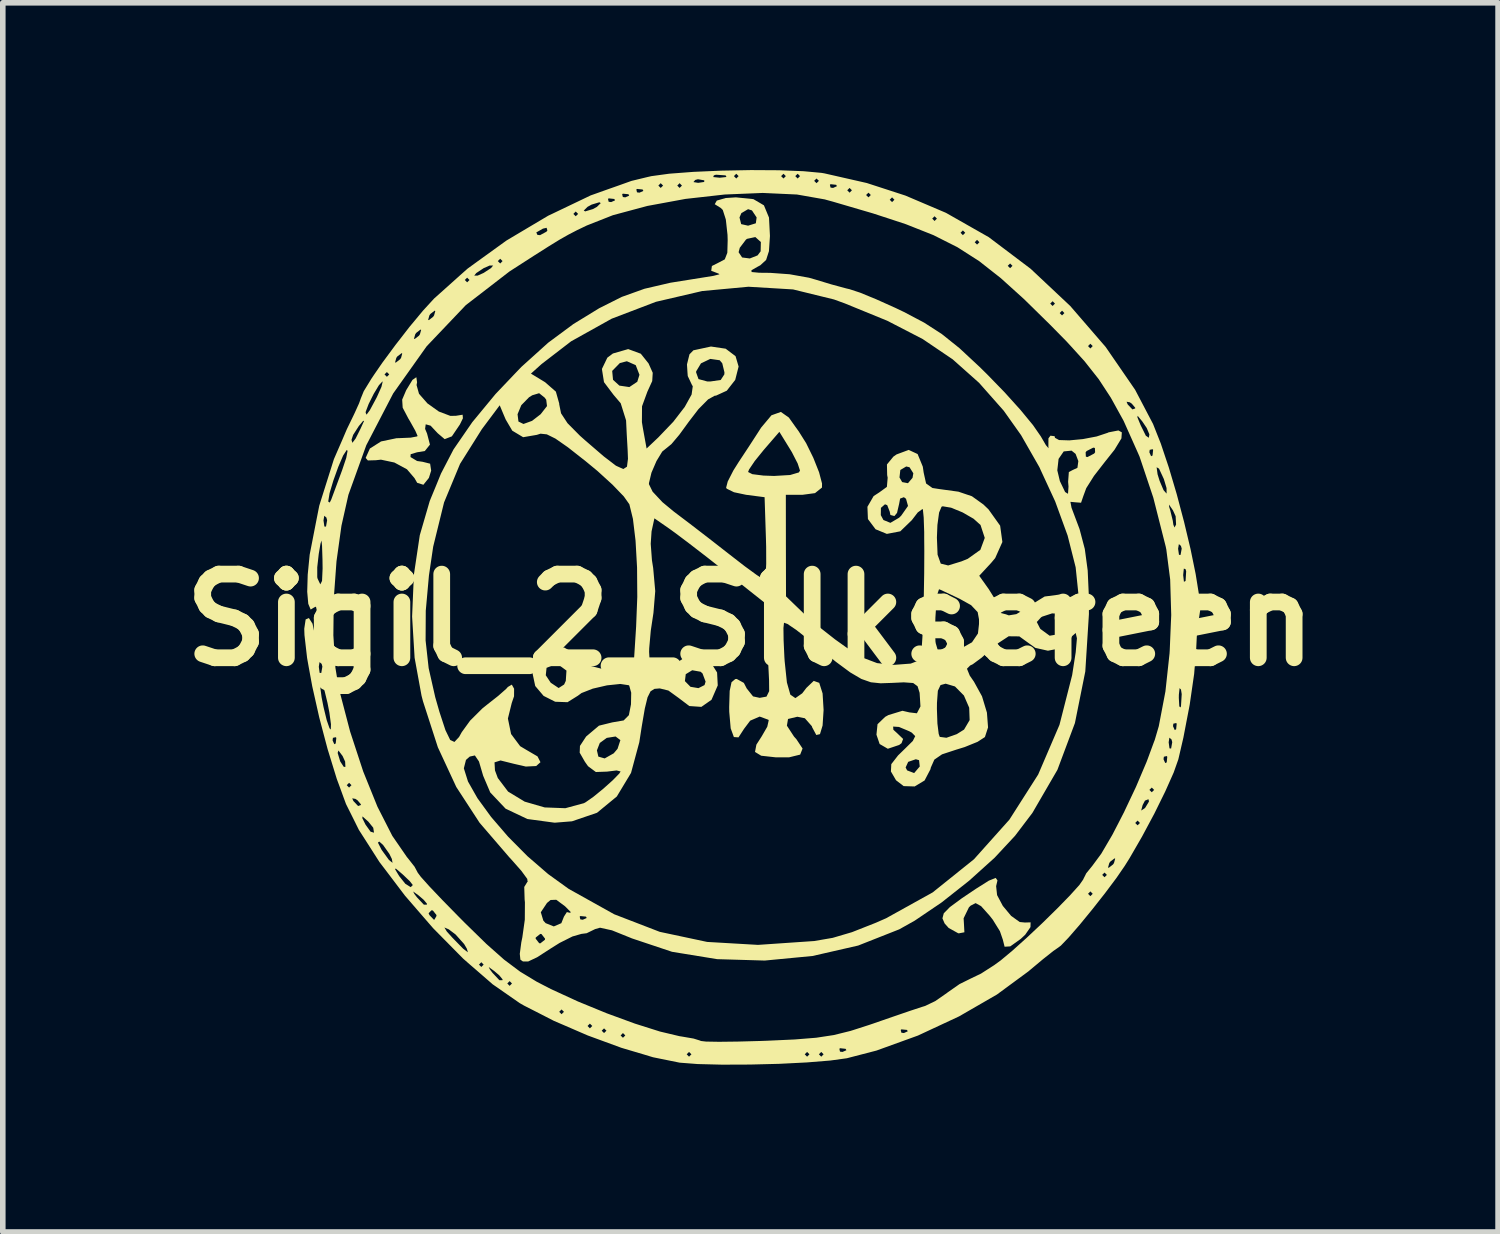
<source format=kicad_pcb>
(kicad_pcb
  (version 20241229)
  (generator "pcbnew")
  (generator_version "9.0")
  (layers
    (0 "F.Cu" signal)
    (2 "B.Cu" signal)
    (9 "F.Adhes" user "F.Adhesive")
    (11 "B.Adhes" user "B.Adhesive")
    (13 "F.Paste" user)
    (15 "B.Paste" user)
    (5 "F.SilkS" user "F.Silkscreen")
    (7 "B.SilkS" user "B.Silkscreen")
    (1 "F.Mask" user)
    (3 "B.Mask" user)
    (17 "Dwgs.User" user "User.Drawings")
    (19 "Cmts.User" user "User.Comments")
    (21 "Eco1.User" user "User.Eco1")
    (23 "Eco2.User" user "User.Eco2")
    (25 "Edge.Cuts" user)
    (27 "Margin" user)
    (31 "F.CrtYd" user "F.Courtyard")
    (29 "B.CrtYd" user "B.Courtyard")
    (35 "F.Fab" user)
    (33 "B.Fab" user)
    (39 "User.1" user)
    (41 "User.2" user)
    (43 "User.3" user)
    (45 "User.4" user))
  (footprint "Sigil_2_Silkscreen"
    (layer "F.Cu")
    (at 10.407 8.067)
    (property "Reference" "Sigil_2_Silkscreen" (at 0 0 0) (layer "F.SilkS") (effects (font (size 1.5 1.5) (thickness 0.3))))
    (attr board_only exclude_from_pos_files exclude_from_bom)
    (fp_poly (pts (xy 4.43 4.671) (xy 4.406 4.774) (xy 4.423 4.934) (xy 4.526 5.128) (xy 4.675 5.307) (xy 4.829 5.417) (xy 4.922 5.426) (xy 5.024 5.423) (xy 5.022 5.508) (xy 4.928 5.644) (xy 4.847 5.72) (xy 4.659 5.854) (xy 4.558 5.86) (xy 4.527 5.737) (xy 4.527 5.736) (xy 4.474 5.582) (xy 4.345 5.374) (xy 4.289 5.303) (xy 4.136 5.132) (xy 4.038 5.078) (xy 3.95 5.123) (xy 3.918 5.154) (xy 3.823 5.35) (xy 3.83 5.468) (xy 3.837 5.601) (xy 3.738 5.62) (xy 3.725 5.618) (xy 3.555 5.524) (xy 3.482 5.442) (xy 3.443 5.351) (xy 3.467 5.261) (xy 3.576 5.15) (xy 3.79 4.992) (xy 4.041 4.823) (xy 4.276 4.675) (xy 4.398 4.626)) (stroke (width 0) (type solid)) (fill yes) (layer "F.SilkS"))
    (fp_poly (pts (xy -5.978 -4.262) (xy -5.987 -4.212) (xy -5.943 -4.055) (xy -5.792 -3.883) (xy -5.587 -3.737) (xy -5.381 -3.659) (xy -5.281 -3.661) (xy -5.161 -3.68) (xy -5.156 -3.616) (xy -5.21 -3.505) (xy -5.354 -3.292) (xy -5.483 -3.242) (xy -5.609 -3.349) (xy -5.61 -3.35) (xy -5.736 -3.484) (xy -5.823 -3.508) (xy -5.834 -3.426) (xy -5.799 -3.343) (xy -5.747 -3.144) (xy -5.839 -3.029) (xy -5.979 -3.006) (xy -6.093 -2.972) (xy -6.096 -2.921) (xy -5.977 -2.85) (xy -5.879 -2.836) (xy -5.744 -2.802) (xy -5.725 -2.678) (xy -5.766 -2.547) (xy -5.865 -2.424) (xy -5.976 -2.459) (xy -6.024 -2.543) (xy -6.159 -2.701) (xy -6.385 -2.823) (xy -6.625 -2.874) (xy -6.718 -2.864) (xy -6.86 -2.86) (xy -6.9 -2.905) (xy -6.824 -3.074) (xy -6.624 -3.201) (xy -6.346 -3.259) (xy -6.302 -3.26) (xy -6.092 -3.269) (xy -5.977 -3.291) (xy -5.969 -3.3) (xy -6.009 -3.392) (xy -6.107 -3.567) (xy -6.133 -3.61) (xy -6.236 -3.806) (xy -6.245 -3.951) (xy -6.173 -4.12) (xy -6.061 -4.304) (xy -5.991 -4.353)) (stroke (width 0) (type solid)) (fill yes) (layer "F.SilkS"))
    (fp_poly (pts (xy 0.512 -8.064) (xy 0.95 -8.047) (xy 1.274 -8.017) (xy 1.327 -8.008) (xy 2.087 -7.835) (xy 2.779 -7.61) (xy 3.498 -7.304) (xy 3.514 -7.296) (xy 4.274 -6.864) (xy 5.025 -6.297) (xy 5.735 -5.63) (xy 6.37 -4.895) (xy 6.898 -4.128) (xy 7.22 -3.514) (xy 7.359 -3.163) (xy 7.503 -2.733) (xy 7.645 -2.254) (xy 7.777 -1.755) (xy 7.893 -1.268) (xy 7.984 -0.823) (xy 8.044 -0.45) (xy 8.066 -0.179) (xy 8.046 -0.046) (xy 8.025 0.063) (xy 8.005 0.287) (xy 7.994 0.513) (xy 7.957 0.968) (xy 7.877 1.521) (xy 7.764 2.11) (xy 7.674 2.498) (xy 7.59 2.736) (xy 7.439 3.075) (xy 7.243 3.473) (xy 7.022 3.886) (xy 6.799 4.272) (xy 6.712 4.411) (xy 6.562 4.629) (xy 6.359 4.9) (xy 6.13 5.191) (xy 5.904 5.467) (xy 5.707 5.694) (xy 5.568 5.839) (xy 5.526 5.871) (xy 5.431 5.937) (xy 5.247 6.083) (xy 5.011 6.28) (xy 4.985 6.302) (xy 4.421 6.717) (xy 3.742 7.109) (xy 3.004 7.453) (xy 2.261 7.722) (xy 1.729 7.86) (xy 1.431 7.901) (xy 1.011 7.935) (xy 0.517 7.96) (xy -0.006 7.973) (xy -0.509 7.975) (xy -0.946 7.964) (xy -1.27 7.939) (xy -1.27 7.939) (xy -1.747 7.842) (xy -1.922 7.789) (xy -1.143 7.789) (xy -1.101 7.832) (xy -1.058 7.789) (xy 0.974 7.789) (xy 1.016 7.832) (xy 1.058 7.789) (xy 1.228 7.789) (xy 1.27 7.832) (xy 1.312 7.789) (xy 1.27 7.747) (xy 1.228 7.789) (xy 1.058 7.789) (xy 1.016 7.747) (xy 0.974 7.789) (xy -1.058 7.789) (xy -1.101 7.747) (xy -1.143 7.789) (xy -1.922 7.789) (xy -2.253 7.691) (xy 1.595 7.691) (xy 1.606 7.741) (xy 1.651 7.747) (xy 1.721 7.716) (xy 1.707 7.691) (xy 1.607 7.68) (xy 1.595 7.691) (xy -2.253 7.691) (xy -2.316 7.672) (xy -2.918 7.451) (xy -2.328 7.451) (xy -2.286 7.493) (xy -2.244 7.451) (xy -2.286 7.408) (xy -2.328 7.451) (xy -2.918 7.451) (xy -2.925 7.448) (xy -3.115 7.366) (xy -2.667 7.366) (xy -2.625 7.408) (xy -2.582 7.366) (xy -2.625 7.324) (xy -2.667 7.366) (xy -3.115 7.366) (xy -3.311 7.281) (xy -2.921 7.281) (xy -2.879 7.324) (xy -2.836 7.281) (xy -2.879 7.239) (xy -2.921 7.281) (xy -3.311 7.281) (xy -3.523 7.19) (xy -3.841 7.027) (xy -3.429 7.027) (xy -3.387 7.07) (xy -3.344 7.027) (xy -3.387 6.985) (xy -3.429 7.027) (xy -3.841 7.027) (xy -4.059 6.916) (xy -4.136 6.872) (xy -4.625 6.532) (xy -4.639 6.519) (xy -4.36 6.519) (xy -4.318 6.562) (xy -4.276 6.519) (xy -4.318 6.477) (xy -4.36 6.519) (xy -4.639 6.519) (xy -4.979 6.224) (xy -4.693 6.224) (xy -4.672 6.267) (xy -4.625 6.329) (xy -4.502 6.46) (xy -4.446 6.46) (xy -4.445 6.445) (xy -4.503 6.374) (xy -4.593 6.297) (xy -4.693 6.224) (xy -4.979 6.224) (xy -5.029 6.181) (xy -4.868 6.181) (xy -4.826 6.223) (xy -4.784 6.181) (xy -4.826 6.138) (xy -4.868 6.181) (xy -5.029 6.181) (xy -5.152 6.073) (xy -5.686 5.532) (xy -5.701 5.515) (xy -5.488 5.515) (xy -5.444 5.588) (xy -5.339 5.704) (xy -5.15 5.897) (xy -5.066 5.96) (xy -5.086 5.894) (xy -5.134 5.812) (xy -5.287 5.641) (xy -5.41 5.548) (xy -5.488 5.515) (xy -5.701 5.515) (xy -5.923 5.259) (xy -5.771 5.259) (xy -5.757 5.292) (xy -5.681 5.372) (xy -5.668 5.376) (xy -5.631 5.311) (xy -5.63 5.292) (xy -5.695 5.21) (xy -5.72 5.207) (xy -5.771 5.259) (xy -5.923 5.259) (xy -6.196 4.943) (xy -6.252 4.869) (xy -6.048 4.869) (xy -6.027 4.913) (xy -5.98 4.974) (xy -5.856 5.106) (xy -5.801 5.105) (xy -5.8 5.09) (xy -5.858 5.02) (xy -5.948 4.942) (xy -6.048 4.869) (xy -6.252 4.869) (xy -6.555 4.469) (xy -6.373 4.469) (xy -6.299 4.593) (xy -6.189 4.731) (xy -6.092 4.792) (xy -6.054 4.754) (xy -6.109 4.684) (xy -6.235 4.564) (xy -6.36 4.457) (xy -6.373 4.469) (xy -6.555 4.469) (xy -6.652 4.342) (xy -6.875 3.993) (xy -6.68 3.993) (xy -6.618 4.115) (xy -6.603 4.138) (xy -6.482 4.304) (xy -6.418 4.356) (xy -6.43 4.286) (xy -6.474 4.196) (xy -6.587 4.036) (xy -6.656 3.974) (xy -6.68 3.993) (xy -6.875 3.993) (xy -7.022 3.764) (xy -7.125 3.556) (xy -6.959 3.556) (xy -6.903 3.669) (xy -6.812 3.797) (xy -6.75 3.815) (xy -6.764 3.726) (xy -6.852 3.617) (xy -6.957 3.523) (xy -6.959 3.556) (xy -7.125 3.556) (xy -7.252 3.302) (xy -7.29 3.199) (xy -7.141 3.199) (xy -7.12 3.247) (xy -7.035 3.337) (xy -6.986 3.319) (xy -6.985 3.307) (xy -7.045 3.235) (xy -7.083 3.209) (xy -7.141 3.199) (xy -7.29 3.199) (xy -7.376 2.963) (xy -7.239 2.963) (xy -7.197 3.006) (xy -7.154 2.963) (xy -7.197 2.921) (xy -7.239 2.963) (xy -7.376 2.963) (xy -7.418 2.85) (xy -7.561 2.385) (xy -7.402 2.385) (xy -7.356 2.537) (xy -7.293 2.634) (xy -7.263 2.635) (xy -7.268 2.54) (xy -7.313 2.441) (xy -7.388 2.341) (xy -7.402 2.385) (xy -7.561 2.385) (xy -7.582 2.317) (xy -7.624 2.159) (xy -7.493 2.159) (xy -7.462 2.229) (xy -7.437 2.215) (xy -7.426 2.115) (xy -7.437 2.103) (xy -7.487 2.114) (xy -7.493 2.159) (xy -7.624 2.159) (xy -7.732 1.749) (xy -7.858 1.189) (xy -7.86 1.178) (xy -7.718 1.178) (xy -7.69 1.386) (xy -7.656 1.56) (xy -7.598 1.798) (xy -7.548 1.942) (xy -7.525 1.966) (xy -7.522 1.87) (xy -7.55 1.662) (xy -7.584 1.488) (xy -7.642 1.25) (xy -7.692 1.106) (xy -7.715 1.082) (xy -7.718 1.178) (xy -7.86 1.178) (xy -7.922 0.84) (xy -7.74 0.84) (xy -7.725 0.949) (xy -7.696 0.951) (xy -7.676 0.837) (xy -7.689 0.788) (xy -7.727 0.756) (xy -7.74 0.84) (xy -7.922 0.84) (xy -7.95 0.682) (xy -7.997 0.273) (xy -8.001 0.158) (xy -7.976 -0.009) (xy -7.918 -0.034) (xy -7.853 0.067) (xy -7.809 0.275) (xy -7.79 0.418) (xy -7.776 0.409) (xy -7.768 0.276) (xy -7.479 0.276) (xy -7.442 0.86) (xy -7.381 1.228) (xy -7.179 2) (xy -6.944 2.717) (xy -6.688 3.35) (xy -6.422 3.872) (xy -6.158 4.255) (xy -6.147 4.267) (xy -6.023 4.425) (xy -5.969 4.526) (xy -5.969 4.528) (xy -5.912 4.605) (xy -5.757 4.778) (xy -5.523 5.024) (xy -5.234 5.319) (xy -5.125 5.429) (xy -4.736 5.809) (xy -4.418 6.091) (xy -4.13 6.307) (xy -3.833 6.487) (xy -3.58 6.618) (xy -3.093 6.842) (xy -2.576 7.054) (xy -2.071 7.239) (xy -1.622 7.381) (xy -1.273 7.464) (xy -1.228 7.471) (xy -1.019 7.507) (xy -0.897 7.545) (xy -0.891 7.55) (xy -0.796 7.561) (xy -0.564 7.565) (xy -0.227 7.561) (xy 0.182 7.55) (xy 0.295 7.546) (xy 0.796 7.523) (xy 1.18 7.492) (xy 1.495 7.444) (xy 1.794 7.37) (xy 1.851 7.352) (xy 2.695 7.352) (xy 2.707 7.402) (xy 2.752 7.408) (xy 2.821 7.377) (xy 2.808 7.352) (xy 2.708 7.342) (xy 2.695 7.352) (xy 1.851 7.352) (xy 2.127 7.263) (xy 2.201 7.238) (xy 2.553 7.116) (xy 2.859 7.011) (xy 3.074 6.94) (xy 3.133 6.922) (xy 3.314 6.835) (xy 3.523 6.69) (xy 3.534 6.681) (xy 3.75 6.53) (xy 3.95 6.431) (xy 3.956 6.428) (xy 4.135 6.342) (xy 4.372 6.19) (xy 4.486 6.107) (xy 4.696 5.932) (xy 4.954 5.7) (xy 5.232 5.439) (xy 5.501 5.175) (xy 5.732 4.938) (xy 5.756 4.911) (xy 6.054 4.911) (xy 6.096 4.953) (xy 6.138 4.911) (xy 6.096 4.868) (xy 6.054 4.911) (xy 5.756 4.911) (xy 5.897 4.755) (xy 5.968 4.654) (xy 5.969 4.649) (xy 6.008 4.572) (xy 6.308 4.572) (xy 6.35 4.614) (xy 6.392 4.572) (xy 6.35 4.53) (xy 6.308 4.572) (xy 6.008 4.572) (xy 6.021 4.545) (xy 6.107 4.439) (xy 6.413 4.439) (xy 6.425 4.445) (xy 6.502 4.385) (xy 6.519 4.36) (xy 6.541 4.281) (xy 6.529 4.276) (xy 6.452 4.335) (xy 6.435 4.36) (xy 6.413 4.439) (xy 6.107 4.439) (xy 6.132 4.408) (xy 6.292 4.191) (xy 6.489 3.855) (xy 6.6 3.641) (xy 6.9 3.641) (xy 6.943 3.683) (xy 6.985 3.641) (xy 6.943 3.598) (xy 6.9 3.641) (xy 6.6 3.641) (xy 6.702 3.442) (xy 6.713 3.418) (xy 7.007 3.418) (xy 7.069 3.378) (xy 7.08 3.367) (xy 7.147 3.256) (xy 7.138 3.215) (xy 7.075 3.24) (xy 7.033 3.32) (xy 7.007 3.418) (xy 6.713 3.418) (xy 6.888 3.048) (xy 7.154 3.048) (xy 7.197 3.09) (xy 7.239 3.048) (xy 7.197 3.006) (xy 7.154 3.048) (xy 6.888 3.048) (xy 6.914 2.993) (xy 7.103 2.548) (xy 7.122 2.498) (xy 7.408 2.498) (xy 7.439 2.567) (xy 7.465 2.554) (xy 7.475 2.454) (xy 7.465 2.441) (xy 7.414 2.453) (xy 7.408 2.498) (xy 7.122 2.498) (xy 7.234 2.194) (xy 7.5 2.194) (xy 7.515 2.304) (xy 7.544 2.305) (xy 7.564 2.192) (xy 7.551 2.143) (xy 7.513 2.111) (xy 7.5 2.194) (xy 7.234 2.194) (xy 7.251 2.15) (xy 7.323 1.905) (xy 7.578 1.905) (xy 7.609 1.975) (xy 7.634 1.961) (xy 7.644 1.861) (xy 7.634 1.849) (xy 7.584 1.86) (xy 7.578 1.905) (xy 7.323 1.905) (xy 7.42 1.397) (xy 7.682 1.397) (xy 7.691 1.551) (xy 7.713 1.569) (xy 7.721 1.545) (xy 7.734 1.33) (xy 7.721 1.249) (xy 7.696 1.222) (xy 7.683 1.34) (xy 7.682 1.397) (xy 7.42 1.397) (xy 7.442 1.281) (xy 7.516 0.599) (xy 7.519 0.55) (xy 7.767 0.55) (xy 7.775 0.704) (xy 7.797 0.723) (xy 7.805 0.698) (xy 7.819 0.484) (xy 7.805 0.402) (xy 7.781 0.376) (xy 7.767 0.493) (xy 7.767 0.55) (xy 7.519 0.55) (xy 7.54 0.042) (xy 7.759 0.042) (xy 7.781 0.089) (xy 7.832 -0.000001) (xy 7.892 -0.198) (xy 7.904 -0.296) (xy 7.883 -0.343) (xy 7.832 -0.254) (xy 7.771 -0.056) (xy 7.759 0.042) (xy 7.54 0.042) (xy 7.546 -0.088) (xy 7.527 -0.726) (xy 7.517 -0.804) (xy 7.76 -0.804) (xy 7.774 -0.684) (xy 7.803 -0.699) (xy 7.814 -0.872) (xy 7.803 -0.91) (xy 7.772 -0.921) (xy 7.76 -0.804) (xy 7.517 -0.804) (xy 7.458 -1.263) (xy 7.455 -1.277) (xy 7.669 -1.277) (xy 7.685 -1.167) (xy 7.713 -1.166) (xy 7.734 -1.279) (xy 7.72 -1.328) (xy 7.683 -1.36) (xy 7.669 -1.277) (xy 7.455 -1.277) (xy 7.447 -1.316) (xy 7.256 -2.069) (xy 7.506 -2.069) (xy 7.509 -2.028) (xy 7.529 -1.962) (xy 7.574 -1.779) (xy 7.584 -1.708) (xy 7.605 -1.658) (xy 7.633 -1.711) (xy 7.625 -1.86) (xy 7.577 -1.965) (xy 7.506 -2.069) (xy 7.256 -2.069) (xy 7.225 -2.191) (xy 7.042 -2.738) (xy 7.284 -2.738) (xy 7.301 -2.612) (xy 7.338 -2.493) (xy 7.408 -2.328) (xy 7.46 -2.268) (xy 7.463 -2.27) (xy 7.462 -2.365) (xy 7.413 -2.528) (xy 7.327 -2.713) (xy 7.284 -2.738) (xy 7.042 -2.738) (xy 6.977 -2.931) (xy 6.944 -3.006) (xy 7.154 -3.006) (xy 7.185 -2.936) (xy 7.211 -2.949) (xy 7.221 -3.05) (xy 7.211 -3.062) (xy 7.16 -3.05) (xy 7.154 -3.006) (xy 6.944 -3.006) (xy 6.693 -3.568) (xy 6.677 -3.598) (xy 6.658 -3.632) (xy 6.94 -3.632) (xy 6.997 -3.493) (xy 7.091 -3.303) (xy 7.144 -3.267) (xy 7.154 -3.328) (xy 7.107 -3.441) (xy 7.026 -3.561) (xy 6.943 -3.661) (xy 6.94 -3.632) (xy 6.658 -3.632) (xy 6.503 -3.913) (xy 6.745 -3.913) (xy 6.765 -3.865) (xy 6.85 -3.775) (xy 6.9 -3.793) (xy 6.9 -3.805) (xy 6.84 -3.877) (xy 6.803 -3.903) (xy 6.745 -3.913) (xy 6.503 -3.913) (xy 6.463 -3.985) (xy 6.246 -4.317) (xy 5.991 -4.64) (xy 5.745 -4.911) (xy 6.054 -4.911) (xy 6.096 -4.868) (xy 6.138 -4.911) (xy 6.096 -4.953) (xy 6.054 -4.911) (xy 5.745 -4.911) (xy 5.665 -4.998) (xy 5.376 -5.292) (xy 5.161 -5.503) (xy 5.546 -5.503) (xy 5.588 -5.461) (xy 5.63 -5.503) (xy 5.588 -5.546) (xy 5.546 -5.503) (xy 5.161 -5.503) (xy 4.988 -5.673) (xy 5.376 -5.673) (xy 5.419 -5.63) (xy 5.461 -5.673) (xy 5.419 -5.715) (xy 5.376 -5.673) (xy 4.988 -5.673) (xy 4.904 -5.755) (xy 4.489 -6.13) (xy 4.209 -6.35) (xy 4.614 -6.35) (xy 4.657 -6.308) (xy 4.699 -6.35) (xy 4.657 -6.392) (xy 4.614 -6.35) (xy 4.209 -6.35) (xy 4.101 -6.435) (xy 3.71 -6.685) (xy 3.535 -6.773) (xy 4.022 -6.773) (xy 4.064 -6.731) (xy 4.106 -6.773) (xy 4.064 -6.816) (xy 4.022 -6.773) (xy 3.535 -6.773) (xy 3.283 -6.9) (xy 3.175 -6.943) (xy 3.768 -6.943) (xy 3.81 -6.9) (xy 3.852 -6.943) (xy 3.81 -6.985) (xy 3.768 -6.943) (xy 3.175 -6.943) (xy 2.789 -7.096) (xy 2.483 -7.197) (xy 3.26 -7.197) (xy 3.302 -7.154) (xy 3.344 -7.197) (xy 3.302 -7.239) (xy 3.26 -7.197) (xy 2.483 -7.197) (xy 2.198 -7.29) (xy 1.478 -7.501) (xy 1.354 -7.535) (xy 2.498 -7.535) (xy 2.54 -7.493) (xy 2.582 -7.535) (xy 2.54 -7.578) (xy 2.498 -7.535) (xy 1.354 -7.535) (xy 1.334 -7.541) (xy 0.886 -7.62) (xy 2.074 -7.62) (xy 2.117 -7.578) (xy 2.159 -7.62) (xy 2.117 -7.662) (xy 2.074 -7.62) (xy 0.886 -7.62) (xy 0.833 -7.629) (xy 0.22 -7.657) (xy -0.461 -7.629) (xy -1.165 -7.55) (xy -1.848 -7.424) (xy -2.466 -7.258) (xy -2.935 -7.073) (xy -3.114 -6.987) (xy -3.266 -6.908) (xy -3.423 -6.819) (xy -3.618 -6.699) (xy -3.886 -6.529) (xy -4.257 -6.29) (xy -4.322 -6.248) (xy -5.105 -5.644) (xy -5.806 -4.907) (xy -6.406 -4.062) (xy -6.889 -3.132) (xy -7.209 -2.244) (xy -7.334 -1.689) (xy -7.423 -1.05) (xy -7.472 -0.378) (xy -7.479 0.276) (xy -7.768 0.276) (xy -7.766 0.241) (xy -7.763 0.127) (xy -7.766 -0.124) (xy -7.791 -0.238) (xy -7.822 -0.225) (xy -7.886 -0.186) (xy -7.929 -0.289) (xy -7.948 -0.506) (xy -7.939 -0.811) (xy -7.926 -0.944) (xy -7.768 -0.944) (xy -7.768 -0.767) (xy -7.762 -0.741) (xy -7.713 -0.638) (xy -7.682 -0.7) (xy -7.672 -0.922) (xy -7.674 -1.08) (xy -7.682 -1.331) (xy -7.692 -1.424) (xy -7.71 -1.367) (xy -7.741 -1.185) (xy -7.768 -0.944) (xy -7.926 -0.944) (xy -7.903 -1.177) (xy -7.902 -1.179) (xy -7.784 -1.785) (xy -7.656 -1.785) (xy -7.64 -1.675) (xy -7.611 -1.674) (xy -7.591 -1.787) (xy -7.604 -1.836) (xy -7.642 -1.868) (xy -7.656 -1.785) (xy -7.784 -1.785) (xy -7.732 -2.048) (xy -7.708 -2.126) (xy -7.571 -2.126) (xy -7.571 -2.123) (xy -7.544 -2.105) (xy -7.517 -2.159) (xy -7.461 -2.31) (xy -7.372 -2.55) (xy -7.321 -2.688) (xy -7.248 -2.906) (xy -7.224 -3.033) (xy -7.239 -3.048) (xy -7.304 -2.948) (xy -7.391 -2.745) (xy -7.479 -2.5) (xy -7.547 -2.273) (xy -7.571 -2.126) (xy -7.708 -2.126) (xy -7.469 -2.884) (xy -7.319 -3.229) (xy -7.154 -3.229) (xy -7.138 -3.176) (xy -7.08 -3.253) (xy -6.992 -3.429) (xy -6.928 -3.57) (xy -6.946 -3.569) (xy -7.023 -3.476) (xy -7.124 -3.319) (xy -7.154 -3.229) (xy -7.319 -3.229) (xy -7.237 -3.421) (xy -7.109 -3.685) (xy -7.095 -3.715) (xy -6.9 -3.715) (xy -6.884 -3.681) (xy -6.825 -3.761) (xy -6.71 -3.975) (xy -6.697 -4.001) (xy -6.617 -4.179) (xy -6.595 -4.272) (xy -6.6 -4.276) (xy -6.662 -4.209) (xy -6.756 -4.053) (xy -6.846 -3.873) (xy -6.898 -3.736) (xy -6.9 -3.715) (xy -7.095 -3.715) (xy -7.018 -3.885) (xy -6.985 -3.977) (xy -6.934 -4.102) (xy -6.798 -4.324) (xy -6.745 -4.403) (xy -6.562 -4.403) (xy -6.519 -4.36) (xy -6.477 -4.403) (xy -6.519 -4.445) (xy -6.562 -4.403) (xy -6.745 -4.403) (xy -6.601 -4.612) (xy -6.595 -4.62) (xy -6.372 -4.62) (xy -6.36 -4.614) (xy -6.283 -4.674) (xy -6.265 -4.699) (xy -6.244 -4.778) (xy -6.255 -4.784) (xy -6.333 -4.724) (xy -6.35 -4.699) (xy -6.372 -4.62) (xy -6.595 -4.62) (xy -6.364 -4.933) (xy -6.278 -5.043) (xy -6.033 -5.043) (xy -6.021 -5.038) (xy -5.944 -5.097) (xy -5.927 -5.122) (xy -5.905 -5.201) (xy -5.917 -5.207) (xy -5.994 -5.147) (xy -6.011 -5.122) (xy -6.033 -5.043) (xy -6.278 -5.043) (xy -6.114 -5.255) (xy -6.008 -5.382) (xy -5.779 -5.382) (xy -5.767 -5.376) (xy -5.69 -5.436) (xy -5.673 -5.461) (xy -5.651 -5.54) (xy -5.663 -5.546) (xy -5.74 -5.486) (xy -5.757 -5.461) (xy -5.779 -5.382) (xy -6.008 -5.382) (xy -5.872 -5.546) (xy -5.673 -5.763) (xy -5.301 -6.096) (xy -5.122 -6.096) (xy -5.08 -6.054) (xy -5.038 -6.096) (xy -5.08 -6.138) (xy -5.122 -6.096) (xy -5.301 -6.096) (xy -5.213 -6.175) (xy -4.953 -6.175) (xy -4.891 -6.175) (xy -4.784 -6.223) (xy -4.651 -6.31) (xy -4.614 -6.356) (xy -4.677 -6.355) (xy -4.784 -6.308) (xy -4.917 -6.22) (xy -4.953 -6.175) (xy -5.213 -6.175) (xy -5.072 -6.3) (xy -4.886 -6.435) (xy -4.53 -6.435) (xy -4.487 -6.392) (xy -4.445 -6.435) (xy -4.487 -6.477) (xy -4.53 -6.435) (xy -4.886 -6.435) (xy -4.376 -6.803) (xy -4.131 -6.949) (xy -3.84 -6.949) (xy -3.82 -6.905) (xy -3.773 -6.9) (xy -3.658 -6.962) (xy -3.641 -6.984) (xy -3.655 -7.032) (xy -3.721 -7.017) (xy -3.84 -6.949) (xy -4.131 -6.949) (xy -3.626 -7.249) (xy -3.558 -7.281) (xy -3.175 -7.281) (xy -3.133 -7.239) (xy -3.09 -7.281) (xy -3.133 -7.324) (xy -3.175 -7.281) (xy -3.558 -7.281) (xy -3.433 -7.341) (xy -2.989 -7.341) (xy -2.963 -7.326) (xy -2.824 -7.368) (xy -2.752 -7.408) (xy -2.684 -7.475) (xy -2.709 -7.49) (xy -2.848 -7.448) (xy -2.921 -7.408) (xy -2.989 -7.341) (xy -3.433 -7.341) (xy -2.998 -7.549) (xy -2.554 -7.549) (xy -2.542 -7.499) (xy -2.498 -7.493) (xy -2.428 -7.524) (xy -2.441 -7.549) (xy -2.542 -7.56) (xy -2.554 -7.549) (xy -2.998 -7.549) (xy -2.865 -7.613) (xy -2.805 -7.634) (xy -2.3 -7.634) (xy -2.288 -7.584) (xy -2.244 -7.578) (xy -2.174 -7.609) (xy -2.187 -7.634) (xy -2.288 -7.644) (xy -2.3 -7.634) (xy -2.805 -7.634) (xy -2.567 -7.719) (xy -2.046 -7.719) (xy -2.034 -7.668) (xy -1.99 -7.662) (xy -1.92 -7.693) (xy -1.926 -7.705) (xy 1.736 -7.705) (xy 1.778 -7.662) (xy 1.82 -7.705) (xy 1.778 -7.747) (xy 1.736 -7.705) (xy -1.926 -7.705) (xy -1.933 -7.719) (xy -2.034 -7.729) (xy -2.046 -7.719) (xy -2.567 -7.719) (xy -2.368 -7.789) (xy -1.651 -7.789) (xy -1.609 -7.747) (xy -1.566 -7.789) (xy -1.312 -7.789) (xy -1.27 -7.747) (xy -1.228 -7.789) (xy -1.242 -7.803) (xy 1.425 -7.803) (xy 1.437 -7.753) (xy 1.482 -7.747) (xy 1.551 -7.778) (xy 1.538 -7.803) (xy 1.438 -7.814) (xy 1.425 -7.803) (xy -1.242 -7.803) (xy -1.27 -7.832) (xy -1.312 -7.789) (xy -1.566 -7.789) (xy -1.609 -7.832) (xy -1.651 -7.789) (xy -2.368 -7.789) (xy -2.192 -7.852) (xy -1.022 -7.852) (xy -0.938 -7.838) (xy -0.829 -7.854) (xy -0.828 -7.874) (xy 1.143 -7.874) (xy 1.185 -7.832) (xy 1.228 -7.874) (xy 1.185 -7.916) (xy 1.143 -7.874) (xy -0.828 -7.874) (xy -0.827 -7.883) (xy -0.941 -7.903) (xy -0.99 -7.89) (xy -1.022 -7.852) (xy -2.192 -7.852) (xy -2.133 -7.873) (xy -1.848 -7.942) (xy -0.667 -7.942) (xy -0.55 -7.93) (xy -0.43 -7.943) (xy -0.438 -7.959) (xy -0.296 -7.959) (xy -0.254 -7.916) (xy -0.212 -7.959) (xy 0.55 -7.959) (xy 0.593 -7.916) (xy 0.635 -7.959) (xy 0.804 -7.959) (xy 0.847 -7.916) (xy 0.889 -7.959) (xy 0.847 -8.001) (xy 0.804 -7.959) (xy 0.635 -7.959) (xy 0.593 -8.001) (xy 0.55 -7.959) (xy -0.212 -7.959) (xy -0.254 -8.001) (xy -0.296 -7.959) (xy -0.438 -7.959) (xy -0.445 -7.972) (xy -0.618 -7.984) (xy -0.656 -7.972) (xy -0.667 -7.942) (xy -1.848 -7.942) (xy -1.778 -7.958) (xy -1.457 -8.002) (xy -1.023 -8.035) (xy -0.519 -8.057) (xy 0.008 -8.067)) (stroke (width 0) (type solid)) (fill yes) (layer "F.SilkS"))
    (fp_poly (pts (xy 0.053 -7.546) (xy 0.242 -7.435) (xy 0.333 -7.215) (xy 0.35 -6.886) (xy 0.332 -6.613) (xy 0.281 -6.455) (xy 0.176 -6.359) (xy 0.127 -6.333) (xy 0.018 -6.271) (xy 0.021 -6.239) (xy 0.157 -6.226) (xy 0.357 -6.224) (xy 0.702 -6.199) (xy 1.049 -6.137) (xy 1.161 -6.105) (xy 1.452 -6.017) (xy 1.722 -5.944) (xy 1.778 -5.931) (xy 1.967 -5.869) (xy 2.256 -5.75) (xy 2.597 -5.597) (xy 2.752 -5.523) (xy 3.116 -5.331) (xy 3.433 -5.126) (xy 3.749 -4.873) (xy 4.111 -4.536) (xy 4.243 -4.406) (xy 4.557 -4.083) (xy 4.842 -3.767) (xy 5.067 -3.494) (xy 5.2 -3.302) (xy 5.201 -3.302) (xy 5.299 -3.134) (xy 5.346 -3.079) (xy 5.343 -3.109) (xy 5.344 -3.256) (xy 5.38 -3.304) (xy 5.455 -3.295) (xy 5.461 -3.266) (xy 5.534 -3.226) (xy 5.719 -3.22) (xy 5.961 -3.243) (xy 6.208 -3.29) (xy 6.407 -3.356) (xy 6.423 -3.364) (xy 6.599 -3.398) (xy 6.66 -3.364) (xy 6.653 -3.256) (xy 6.529 -3.052) (xy 6.355 -2.833) (xy 6.161 -2.583) (xy 6.022 -2.363) (xy 5.969 -2.219) (xy 5.969 -2.219) (xy 5.929 -2.102) (xy 5.833 -2.109) (xy 5.738 -2.118) (xy 5.758 -2.012) (xy 5.902 -1.629) (xy 5.996 -1.273) (xy 6.048 -0.887) (xy 6.069 -0.417) (xy 6.07 -0.105) (xy 6.005 0.924) (xy 5.819 1.849) (xy 5.505 2.688) (xy 5.056 3.461) (xy 4.745 3.871) (xy 4.379 4.264) (xy 3.922 4.676) (xy 3.427 5.067) (xy 2.947 5.392) (xy 2.669 5.548) (xy 1.932 5.839) (xy 1.114 6.026) (xy 0.257 6.108) (xy -0.597 6.083) (xy -1.406 5.951) (xy -2.13 5.709) (xy -2.138 5.705) (xy -2.483 5.566) (xy -2.697 5.519) (xy -2.783 5.543) (xy -2.937 5.618) (xy -3.031 5.63) (xy -3.191 5.676) (xy -3.422 5.792) (xy -3.569 5.884) (xy -3.825 6.049) (xy -3.984 6.124) (xy -4.08 6.124) (xy -4.125 6.092) (xy -4.136 5.988) (xy -4.109 5.783) (xy -4.095 5.715) (xy -3.852 5.715) (xy -3.788 5.797) (xy -3.768 5.8) (xy -3.685 5.735) (xy -3.683 5.715) (xy -3.747 5.633) (xy -3.768 5.63) (xy -3.85 5.695) (xy -3.852 5.715) (xy -4.095 5.715) (xy -4.09 5.69) (xy -4.046 5.376) (xy -4.045 5.242) (xy -3.759 5.242) (xy -3.714 5.391) (xy -3.673 5.437) (xy -3.526 5.496) (xy -3.391 5.438) (xy -3.344 5.32) (xy -3.344 5.32) (xy -3.062 5.32) (xy -3.05 5.37) (xy -3.006 5.376) (xy -2.936 5.345) (xy -2.949 5.32) (xy -3.05 5.31) (xy -3.062 5.32) (xy -3.344 5.32) (xy -3.292 5.239) (xy -3.239 5.251) (xy -3.219 5.242) (xy -3.309 5.15) (xy -3.331 5.13) (xy -3.482 5.018) (xy -3.584 5.022) (xy -3.648 5.075) (xy -3.759 5.242) (xy -4.045 5.242) (xy -4.044 5.063) (xy -4.049 5.016) (xy -4.056 4.788) (xy -4.002 4.7) (xy -3.995 4.699) (xy -4.002 4.644) (xy -4.108 4.499) (xy -4.289 4.294) (xy -4.326 4.254) (xy -4.857 3.637) (xy -5.275 2.995) (xy -5.43 2.661) (xy -5.139 2.661) (xy -5.065 2.897) (xy -4.896 3.195) (xy -4.65 3.533) (xy -4.345 3.887) (xy -3.999 4.236) (xy -3.629 4.556) (xy -3.26 4.822) (xy -2.443 5.278) (xy -1.626 5.593) (xy -0.776 5.774) (xy 0.136 5.827) (xy 1.142 5.758) (xy 1.143 5.758) (xy 1.475 5.701) (xy 1.821 5.599) (xy 2.237 5.435) (xy 2.432 5.35) (xy 3.268 4.886) (xy 4.009 4.291) (xy 4.644 3.581) (xy 5.16 2.772) (xy 5.542 1.881) (xy 5.769 0.991) (xy 5.833 0.58) (xy 5.855 0.329) (xy 5.833 0.234) (xy 5.768 0.291) (xy 5.719 0.374) (xy 5.564 0.507) (xy 5.335 0.552) (xy 5.109 0.501) (xy 5.023 0.44) (xy 4.822 0.295) (xy 4.631 0.293) (xy 4.411 0.437) (xy 4.343 0.501) (xy 4.147 0.676) (xy 3.986 0.795) (xy 3.94 0.817) (xy 3.883 0.875) (xy 3.933 0.998) (xy 4.009 1.108) (xy 4.153 1.37) (xy 4.241 1.662) (xy 4.261 1.927) (xy 4.205 2.1) (xy 4.073 2.186) (xy 3.841 2.28) (xy 3.694 2.325) (xy 3.436 2.41) (xy 3.298 2.505) (xy 3.235 2.647) (xy 3.228 2.678) (xy 3.123 2.879) (xy 2.945 2.986) (xy 2.748 2.98) (xy 2.611 2.875) (xy 2.519 2.717) (xy 2.523 2.646) (xy 2.783 2.646) (xy 2.81 2.698) (xy 2.936 2.746) (xy 3.034 2.631) (xy 3.036 2.625) (xy 3.024 2.515) (xy 2.966 2.498) (xy 2.829 2.545) (xy 2.783 2.646) (xy 2.523 2.646) (xy 2.526 2.586) (xy 2.647 2.43) (xy 2.755 2.325) (xy 2.912 2.17) (xy 2.955 2.084) (xy 2.895 2.022) (xy 2.846 1.995) (xy 2.664 1.919) (xy 2.559 1.912) (xy 2.563 1.969) (xy 2.63 2.03) (xy 2.738 2.134) (xy 2.71 2.21) (xy 2.667 2.242) (xy 2.464 2.31) (xy 2.317 2.225) (xy 2.26 2.057) (xy 2.279 1.87) (xy 2.416 1.738) (xy 2.474 1.706) (xy 2.726 1.629) (xy 2.851 1.658) (xy 2.985 1.674) (xy 3.026 1.595) (xy 3.344 1.595) (xy 3.353 1.857) (xy 3.376 2.043) (xy 3.395 2.097) (xy 3.515 2.113) (xy 3.7 2.048) (xy 3.831 1.966) (xy 3.931 1.796) (xy 3.923 1.574) (xy 3.828 1.355) (xy 3.668 1.193) (xy 3.501 1.143) (xy 3.409 1.168) (xy 3.361 1.27) (xy 3.345 1.488) (xy 3.344 1.595) (xy 3.026 1.595) (xy 3.049 1.551) (xy 3.034 1.307) (xy 2.997 1.189) (xy 2.918 1.131) (xy 2.749 1.119) (xy 2.539 1.129) (xy 2.333 1.136) (xy 2.16 1.118) (xy 1.989 1.058) (xy 1.79 0.941) (xy 1.533 0.751) (xy 1.189 0.473) (xy 1.037 0.348) (xy 0.822 0.179) (xy 0.664 0.072) (xy 0.602 0.05) (xy 0.592 0.145) (xy 0.595 0.365) (xy 0.609 0.668) (xy 0.614 0.741) (xy 0.654 1.121) (xy 0.716 1.34) (xy 0.806 1.402) (xy 0.929 1.316) (xy 1.004 1.218) (xy 1.135 1.093) (xy 1.234 1.128) (xy 1.294 1.318) (xy 1.312 1.614) (xy 1.294 1.893) (xy 1.247 2.048) (xy 1.181 2.063) (xy 1.107 1.925) (xy 1.101 1.905) (xy 0.976 1.763) (xy 0.841 1.736) (xy 0.674 1.776) (xy 0.654 1.896) (xy 0.782 2.092) (xy 0.823 2.137) (xy 0.935 2.306) (xy 0.892 2.415) (xy 0.692 2.464) (xy 0.456 2.464) (xy 0.193 2.435) (xy 0.082 2.367) (xy 0.107 2.236) (xy 0.2 2.091) (xy 0.302 1.915) (xy 0.328 1.8) (xy 0.322 1.79) (xy 0.166 1.733) (xy -0.004 1.806) (xy -0.114 1.952) (xy -0.214 2.106) (xy -0.297 2.1) (xy -0.354 1.944) (xy -0.38 1.646) (xy -0.381 1.561) (xy -0.372 1.272) (xy -0.339 1.117) (xy -0.273 1.061) (xy -0.246 1.058) (xy -0.118 1.129) (xy -0.067 1.228) (xy 0.047 1.371) (xy 0.166 1.397) (xy 0.288 1.375) (xy 0.336 1.277) (xy 0.334 1.079) (xy 0.321 0.814) (xy 0.31 0.472) (xy 0.305 0.243) (xy 0.296 -0.276) (xy -0.445 -0.863) (xy -0.775 -1.122) (xy -1.086 -1.362) (xy -1.334 -1.549) (xy -1.454 -1.636) (xy -1.722 -1.822) (xy -1.773 -1.588) (xy -1.788 -1.365) (xy -1.766 -1.069) (xy -1.744 -0.931) (xy -1.707 -0.517) (xy -1.739 -0.127) (xy -1.787 0.192) (xy -1.815 0.507) (xy -1.817 0.571) (xy -1.805 0.781) (xy -1.745 0.871) (xy -1.619 0.889) (xy -1.417 0.838) (xy -1.312 0.762) (xy -1.12 0.635) (xy -0.908 0.639) (xy -0.719 0.75) (xy -0.598 0.942) (xy -0.586 1.174) (xy -0.698 1.432) (xy -0.88 1.559) (xy -1.096 1.544) (xy -1.29 1.397) (xy -1.471 1.266) (xy -1.626 1.228) (xy -1.721 1.236) (xy -1.791 1.28) (xy -1.845 1.388) (xy -1.894 1.589) (xy -1.949 1.91) (xy -1.993 2.194) (xy -2.141 2.743) (xy -2.396 3.166) (xy -2.751 3.458) (xy -3.2 3.611) (xy -3.511 3.636) (xy -3.999 3.57) (xy -4.39 3.385) (xy -4.666 3.093) (xy -4.793 2.794) (xy -4.868 2.538) (xy -4.941 2.43) (xy -5.033 2.45) (xy -5.101 2.51) (xy -5.139 2.661) (xy -5.43 2.661) (xy -5.605 2.284) (xy -5.872 1.458) (xy -5.898 1.358) (xy -6.022 0.679) (xy -6.041 0.368) (xy -5.825 0.368) (xy -5.77 0.865) (xy -5.652 1.386) (xy -5.576 1.651) (xy -5.469 1.977) (xy -5.384 2.152) (xy -5.308 2.188) (xy -5.225 2.099) (xy -5.177 2.013) (xy -5.027 1.806) (xy -4.807 1.587) (xy -4.725 1.521) (xy -4.523 1.362) (xy -4.381 1.237) (xy -4.35 1.202) (xy -4.279 1.16) (xy -4.238 1.233) (xy -4.239 1.369) (xy -4.28 1.489) (xy -4.349 1.768) (xy -4.292 2.046) (xy -4.129 2.264) (xy -4.02 2.329) (xy -3.818 2.447) (xy -3.765 2.551) (xy -3.842 2.62) (xy -4.028 2.629) (xy -4.241 2.58) (xy -4.481 2.52) (xy -4.589 2.554) (xy -4.581 2.698) (xy -4.53 2.835) (xy -4.346 3.078) (xy -4.049 3.258) (xy -3.69 3.362) (xy -3.319 3.376) (xy -2.986 3.286) (xy -2.955 3.269) (xy -2.819 3.174) (xy -2.64 3.028) (xy -2.468 2.874) (xy -2.352 2.755) (xy -2.328 2.717) (xy -2.4 2.699) (xy -2.573 2.72) (xy -2.574 2.72) (xy -2.772 2.727) (xy -2.912 2.623) (xy -2.968 2.544) (xy -3.062 2.38) (xy -3.06 2.339) (xy -2.753 2.339) (xy -2.727 2.451) (xy -2.615 2.483) (xy -2.613 2.483) (xy -2.452 2.392) (xy -2.383 2.311) (xy -2.332 2.155) (xy -2.418 2.09) (xy -2.576 2.115) (xy -2.701 2.206) (xy -2.753 2.339) (xy -3.06 2.339) (xy -3.057 2.259) (xy -2.95 2.096) (xy -2.947 2.091) (xy -2.716 1.896) (xy -2.477 1.837) (xy -2.273 1.802) (xy -2.18 1.708) (xy -2.142 1.514) (xy -2.138 1.305) (xy -2.173 1.179) (xy -2.181 1.171) (xy -2.333 1.148) (xy -2.572 1.173) (xy -2.827 1.232) (xy -3.029 1.311) (xy -3.094 1.359) (xy -3.28 1.475) (xy -3.501 1.467) (xy -3.709 1.362) (xy -3.859 1.185) (xy -3.9 0.992) (xy -3.67 0.992) (xy -3.581 1.126) (xy -3.439 1.221) (xy -3.341 1.158) (xy -3.313 1.097) (xy -1.175 1.097) (xy -1.075 1.199) (xy -0.932 1.223) (xy -0.823 1.168) (xy -0.804 1.106) (xy -0.859 0.96) (xy -0.893 0.929) (xy -1.044 0.902) (xy -1.16 0.973) (xy -1.175 1.097) (xy -3.313 1.097) (xy -3.311 1.093) (xy -3.299 0.908) (xy -3.427 0.814) (xy -3.519 0.804) (xy -3.656 0.859) (xy -3.67 0.992) (xy -3.9 0.992) (xy -3.905 0.964) (xy -3.895 0.903) (xy -3.821 0.694) (xy -3.75 0.572) (xy -3.572 0.475) (xy -3.338 0.496) (xy -3.107 0.627) (xy -3.055 0.677) (xy -2.872 0.823) (xy -2.638 0.883) (xy -2.479 0.889) (xy -2.099 0.889) (xy -2.05 0.123) (xy -2.029 -0.412) (xy -2.033 -0.94) (xy -2.06 -1.42) (xy -2.107 -1.812) (xy -2.171 -2.074) (xy -2.271 -2.215) (xy -2.473 -2.425) (xy -2.744 -2.672) (xy -2.951 -2.843) (xy -3.273 -3.096) (xy -3.497 -3.252) (xy -3.651 -3.328) (xy -3.764 -3.34) (xy -3.83 -3.319) (xy -4.076 -3.277) (xy -4.271 -3.394) (xy -4.389 -3.595) (xy -4.429 -3.689) (xy -4.176 -3.689) (xy -4.16 -3.558) (xy -4.07 -3.514) (xy -3.916 -3.57) (xy -3.762 -3.689) (xy -3.648 -3.835) (xy -3.662 -3.949) (xy -3.69 -3.987) (xy -3.789 -4.066) (xy -3.912 -4.029) (xy -3.97 -3.993) (xy -4.109 -3.851) (xy -4.176 -3.689) (xy -4.429 -3.689) (xy -4.496 -3.849) (xy -4.816 -3.421) (xy -5.207 -2.799) (xy -5.494 -2.107) (xy -5.689 -1.314) (xy -5.765 -0.798) (xy -5.822 -0.165) (xy -5.825 0.368) (xy -6.041 0.368) (xy -6.067 -0.061) (xy -6.035 -0.812) (xy -5.929 -1.52) (xy -5.751 -2.132) (xy -5.723 -2.201) (xy -5.639 -2.404) (xy -5.549 -2.625) (xy -5.324 -3.058) (xy -4.988 -3.546) (xy -4.571 -4.051) (xy -4.223 -4.417) (xy -3.936 -4.417) (xy -3.682 -4.263) (xy -3.489 -4.094) (xy -3.429 -3.881) (xy -3.429 -3.868) (xy -3.396 -3.705) (xy -3.28 -3.528) (xy -3.057 -3.303) (xy -2.953 -3.211) (xy -2.63 -2.933) (xy -2.412 -2.766) (xy -2.28 -2.706) (xy -2.214 -2.748) (xy -2.196 -2.889) (xy -2.202 -3.048) (xy -2.218 -3.328) (xy -2.23 -3.578) (xy -2.326 -3.885) (xy -2.455 -4.037) (xy -2.626 -4.264) (xy -2.658 -4.466) (xy -2.479 -4.466) (xy -2.464 -4.306) (xy -2.35 -4.202) (xy -2.171 -4.176) (xy -2.029 -4.271) (xy -1.99 -4.396) (xy -2.057 -4.569) (xy -2.216 -4.639) (xy -2.341 -4.607) (xy -2.479 -4.466) (xy -2.658 -4.466) (xy -2.663 -4.501) (xy -2.566 -4.703) (xy -2.466 -4.778) (xy -2.192 -4.857) (xy -1.966 -4.774) (xy -1.827 -4.6) (xy -1.752 -4.432) (xy -1.761 -4.284) (xy -1.848 -4.093) (xy -1.944 -3.831) (xy -1.946 -3.547) (xy -1.929 -3.442) (xy -1.862 -3.074) (xy -1.651 -3.274) (xy -1.383 -3.554) (xy -1.178 -3.82) (xy -1.055 -4.042) (xy -1.034 -4.191) (xy -1.049 -4.215) (xy -1.124 -4.374) (xy -1.129 -4.439) (xy -0.974 -4.439) (xy -0.931 -4.319) (xy -0.776 -4.277) (xy -0.72 -4.276) (xy -0.533 -4.303) (xy -0.468 -4.403) (xy -0.466 -4.44) (xy -0.505 -4.602) (xy -0.551 -4.657) (xy -0.72 -4.681) (xy -0.887 -4.601) (xy -0.973 -4.458) (xy -0.974 -4.439) (xy -1.129 -4.439) (xy -1.138 -4.582) (xy -1.093 -4.763) (xy -1.023 -4.835) (xy -0.708 -4.903) (xy -0.444 -4.864) (xy -0.267 -4.73) (xy -0.212 -4.544) (xy -0.273 -4.304) (xy -0.424 -4.111) (xy -0.618 -4.022) (xy -0.638 -4.022) (xy -0.759 -3.955) (xy -0.932 -3.78) (xy -1.104 -3.556) (xy -1.276 -3.32) (xy -1.417 -3.153) (xy -1.494 -3.09) (xy -1.581 -3.02) (xy -1.685 -2.849) (xy -1.775 -2.64) (xy -1.819 -2.456) (xy -1.82 -2.435) (xy -1.754 -2.3) (xy -1.578 -2.112) (xy -1.376 -1.945) (xy -1.084 -1.724) (xy -0.732 -1.453) (xy -0.391 -1.187) (xy -0.364 -1.166) (xy -0.102 -0.963) (xy 0.109 -0.809) (xy 0.235 -0.727) (xy 0.253 -0.72) (xy 0.273 -0.798) (xy 0.283 -1.007) (xy 0.282 -1.309) (xy 0.278 -1.461) (xy 0.254 -2.201) (xy -0.078 -2.244) (xy -0.295 -2.29) (xy -0.424 -2.353) (xy -0.436 -2.371) (xy -0.407 -2.483) (xy -0.32 -2.653) (xy -0.042 -2.653) (xy 0.034 -2.614) (xy 0.232 -2.589) (xy 0.423 -2.582) (xy 0.712 -2.599) (xy 0.868 -2.645) (xy 0.889 -2.678) (xy 0.847 -2.806) (xy 0.744 -3.007) (xy 0.704 -3.073) (xy 0.519 -3.373) (xy 0.238 -3.048) (xy 0.077 -2.849) (xy -0.024 -2.699) (xy -0.042 -2.653) (xy -0.32 -2.653) (xy -0.305 -2.682) (xy -0.208 -2.836) (xy -0.031 -3.104) (xy 0.131 -3.354) (xy 0.192 -3.449) (xy 0.377 -3.67) (xy 0.546 -3.73) (xy 0.691 -3.628) (xy 0.693 -3.624) (xy 0.81 -3.459) (xy 0.865 -3.383) (xy 0.999 -3.17) (xy 1.128 -2.907) (xy 1.231 -2.648) (xy 1.284 -2.447) (xy 1.283 -2.374) (xy 1.158 -2.274) (xy 0.934 -2.244) (xy 0.635 -2.244) (xy 0.636 -1.334) (xy 0.638 -0.423) (xy 0.954 -0.118) (xy 1.206 0.104) (xy 1.518 0.349) (xy 1.724 0.496) (xy 2.023 0.68) (xy 2.271 0.774) (xy 2.539 0.804) (xy 2.594 0.804) (xy 2.874 0.783) (xy 3.029 0.724) (xy 3.047 0.698) (xy 3.067 0.566) (xy 3.084 0.311) (xy 3.089 0.2) (xy 3.311 0.2) (xy 3.318 0.385) (xy 3.323 0.419) (xy 3.37 0.577) (xy 3.46 0.625) (xy 3.637 0.576) (xy 3.743 0.531) (xy 3.973 0.401) (xy 4.08 0.243) (xy 4.103 0.037) (xy 5.135 0.037) (xy 5.194 0.153) (xy 5.202 0.163) (xy 5.366 0.283) (xy 5.513 0.258) (xy 5.579 0.162) (xy 5.625 0.001) (xy 5.63 -0.049) (xy 5.563 -0.114) (xy 5.408 -0.117) (xy 5.234 -0.06) (xy 5.212 -0.047) (xy 5.135 0.037) (xy 4.103 0.037) (xy 4.105 0.023) (xy 4.075 -0.14) (xy 3.957 -0.265) (xy 3.752 -0.379) (xy 3.539 -0.48) (xy 3.405 -0.542) (xy 3.382 -0.55) (xy 3.356 -0.475) (xy 3.333 -0.287) (xy 3.317 -0.043) (xy 3.311 0.2) (xy 3.089 0.2) (xy 3.098 -0.031) (xy 3.109 -0.425) (xy 3.116 -0.838) (xy 3.118 -1.234) (xy 3.116 -1.477) (xy 3.344 -1.477) (xy 3.356 -1.17) (xy 3.413 -1.01) (xy 3.546 -0.977) (xy 3.784 -1.05) (xy 3.897 -1.096) (xy 4.123 -1.257) (xy 4.202 -1.471) (xy 4.126 -1.703) (xy 4.001 -1.815) (xy 3.803 -1.929) (xy 3.598 -2.013) (xy 3.448 -2.038) (xy 3.427 -2.03) (xy 3.383 -1.925) (xy 3.353 -1.703) (xy 3.344 -1.477) (xy 3.116 -1.477) (xy 3.116 -1.578) (xy 3.107 -1.837) (xy 3.093 -1.976) (xy 3.086 -1.99) (xy 3 -1.927) (xy 2.894 -1.789) (xy 2.687 -1.589) (xy 2.446 -1.543) (xy 2.244 -1.626) (xy 2.107 -1.809) (xy 2.104 -1.879) (xy 2.338 -1.879) (xy 2.385 -1.792) (xy 2.51 -1.741) (xy 2.666 -1.833) (xy 2.703 -1.869) (xy 2.826 -2.044) (xy 2.79 -2.173) (xy 2.752 -2.201) (xy 2.684 -2.176) (xy 2.667 -2.084) (xy 2.629 -1.92) (xy 2.582 -1.863) (xy 2.51 -1.882) (xy 2.498 -1.942) (xy 2.453 -2.058) (xy 2.413 -2.074) (xy 2.34 -2.01) (xy 2.338 -1.879) (xy 2.104 -1.879) (xy 2.098 -2.029) (xy 2.209 -2.221) (xy 2.309 -2.286) (xy 2.447 -2.386) (xy 2.461 -2.55) (xy 2.46 -2.555) (xy 2.673 -2.555) (xy 2.721 -2.472) (xy 2.825 -2.452) (xy 2.907 -2.549) (xy 2.921 -2.63) (xy 2.853 -2.738) (xy 2.794 -2.752) (xy 2.688 -2.689) (xy 2.673 -2.555) (xy 2.46 -2.555) (xy 2.452 -2.598) (xy 2.448 -2.788) (xy 2.564 -2.929) (xy 2.62 -2.968) (xy 2.838 -3.049) (xy 2.998 -2.975) (xy 3.091 -2.748) (xy 3.107 -2.64) (xy 3.15 -2.447) (xy 3.264 -2.366) (xy 3.387 -2.347) (xy 3.73 -2.3) (xy 3.972 -2.218) (xy 4.177 -2.071) (xy 4.269 -1.983) (xy 4.478 -1.69) (xy 4.518 -1.398) (xy 4.389 -1.109) (xy 4.316 -1.022) (xy 4.103 -0.792) (xy 4.274 -0.552) (xy 4.39 -0.365) (xy 4.444 -0.228) (xy 4.445 -0.22) (xy 4.47 -0.131) (xy 4.48 -0.127) (xy 4.581 -0.101) (xy 4.633 -0.082) (xy 4.768 -0.104) (xy 4.954 -0.214) (xy 5 -0.251) (xy 5.276 -0.42) (xy 5.534 -0.454) (xy 5.738 -0.35) (xy 5.766 -0.318) (xy 5.841 -0.237) (xy 5.874 -0.282) (xy 5.882 -0.46) (xy 5.832 -0.944) (xy 5.688 -1.513) (xy 5.465 -2.125) (xy 5.207 -2.683) (xy 5.503 -2.683) (xy 5.549 -2.49) (xy 5.643 -2.294) (xy 5.695 -2.262) (xy 5.704 -2.393) (xy 5.697 -2.477) (xy 5.71 -2.652) (xy 5.778 -2.688) (xy 5.864 -2.728) (xy 5.88 -2.849) (xy 5.831 -2.978) (xy 5.796 -3.006) (xy 6.011 -3.006) (xy 6.015 -2.928) (xy 6.044 -2.921) (xy 6.163 -2.983) (xy 6.181 -3.006) (xy 6.177 -3.084) (xy 6.148 -3.09) (xy 6.029 -3.029) (xy 6.011 -3.006) (xy 5.796 -3.006) (xy 5.759 -3.036) (xy 5.618 -3.022) (xy 5.526 -2.888) (xy 5.503 -2.683) (xy 5.207 -2.683) (xy 5.182 -2.739) (xy 4.853 -3.314) (xy 4.543 -3.751) (xy 4.1 -4.252) (xy 3.627 -4.673) (xy 3.089 -5.037) (xy 2.454 -5.365) (xy 1.691 -5.677) (xy 1.498 -5.747) (xy 0.764 -5.927) (xy -0.035 -5.975) (xy -0.865 -5.898) (xy -1.694 -5.705) (xy -2.488 -5.402) (xy -3.216 -4.996) (xy -3.746 -4.588) (xy -3.936 -4.417) (xy -4.223 -4.417) (xy -4.107 -4.538) (xy -3.627 -4.971) (xy -3.175 -5.306) (xy -2.713 -5.589) (xy -2.307 -5.793) (xy -1.899 -5.939) (xy -1.434 -6.047) (xy -0.889 -6.134) (xy -0.665 -6.17) (xy -0.555 -6.198) (xy -0.572 -6.211) (xy -0.703 -6.261) (xy -0.691 -6.347) (xy -0.556 -6.415) (xy -0.46 -6.466) (xy -0.415 -6.582) (xy -0.414 -6.594) (xy -0.212 -6.594) (xy -0.149 -6.5) (xy -0.011 -6.482) (xy 0.128 -6.537) (xy 0.183 -6.61) (xy 0.187 -6.777) (xy 0.088 -6.866) (xy -0.061 -6.834) (xy -0.081 -6.819) (xy -0.191 -6.674) (xy -0.212 -6.594) (xy -0.414 -6.594) (xy -0.408 -6.808) (xy -0.411 -6.906) (xy -0.441 -7.179) (xy -0.453 -7.218) (xy -0.196 -7.218) (xy -0.166 -7.098) (xy -0.042 -7.07) (xy 0.097 -7.113) (xy 0.111 -7.218) (xy 0.027 -7.344) (xy -0.042 -7.366) (xy -0.162 -7.296) (xy -0.196 -7.218) (xy -0.453 -7.218) (xy -0.496 -7.352) (xy -0.532 -7.388) (xy -0.64 -7.455) (xy -0.603 -7.52) (xy -0.444 -7.566) (xy -0.26 -7.578)) (stroke (width 0) (type solid)) (fill yes) (layer "F.SilkS")))
  (gr_rect
    (start -3 -3)
    (end 23.814 19.042)
    (stroke (width 0.1) (type default))
    (fill no)
    (layer "Edge.Cuts")))
</source>
